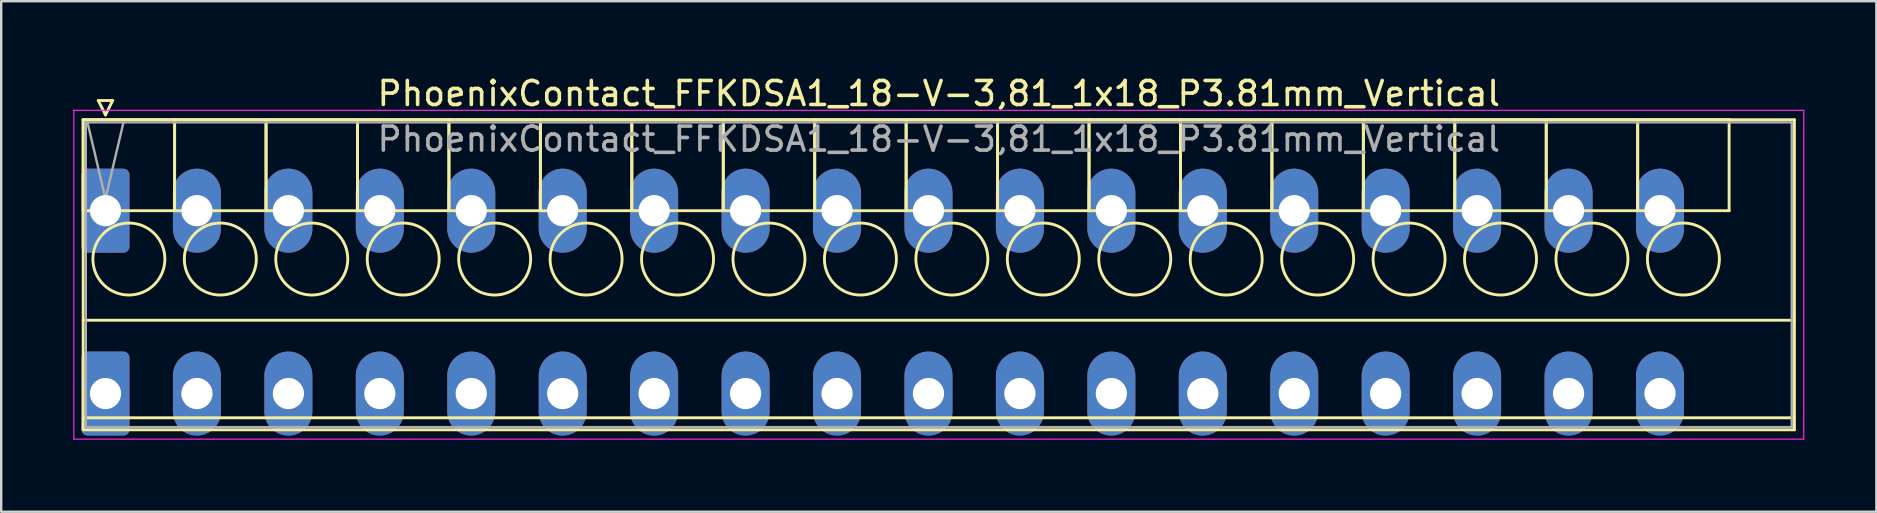
<source format=kicad_pcb>
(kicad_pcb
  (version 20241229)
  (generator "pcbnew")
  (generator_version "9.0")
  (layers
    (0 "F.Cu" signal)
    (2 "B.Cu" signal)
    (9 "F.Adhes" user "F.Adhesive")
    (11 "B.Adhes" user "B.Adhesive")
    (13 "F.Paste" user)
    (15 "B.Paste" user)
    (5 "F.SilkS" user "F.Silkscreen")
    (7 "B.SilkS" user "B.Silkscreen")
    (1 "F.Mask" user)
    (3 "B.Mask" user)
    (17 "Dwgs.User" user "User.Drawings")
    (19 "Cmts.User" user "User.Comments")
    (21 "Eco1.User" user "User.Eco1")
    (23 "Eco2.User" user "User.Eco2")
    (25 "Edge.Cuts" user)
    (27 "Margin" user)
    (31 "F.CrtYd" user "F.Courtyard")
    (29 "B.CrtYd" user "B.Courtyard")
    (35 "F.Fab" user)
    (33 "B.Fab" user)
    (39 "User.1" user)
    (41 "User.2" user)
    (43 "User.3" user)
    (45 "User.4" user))
  (footprint "PhoenixContact_FFKDSA1_18-V-3,81_1x18_P3.81mm_Vertical"
    (layer "F.Cu")
    (at 1.345 5.728)
    (property "Reference" "PhoenixContact_FFKDSA1_18-V-3,81_1x18_P3.81mm_Vertical" (at 34.72 -4.88 0) (layer "F.SilkS") (effects (font (size 1 1) (thickness 0.15))))
    (attr through_hole)
    (fp_line (start -0.93 -3.79) (end -0.93 0) (stroke (width 0.12) (type solid)) (layer "F.SilkS"))
    (fp_line (start -0.93 -3.79) (end -0.93 9.13) (stroke (width 0.12) (type solid)) (layer "F.SilkS"))
    (fp_line (start -0.93 0) (end 2.88 0) (stroke (width 0.12) (type solid)) (layer "F.SilkS"))
    (fp_line (start -0.93 4.565) (end 70.37 4.565) (stroke (width 0.12) (type solid)) (layer "F.SilkS"))
    (fp_line (start -0.93 8.63) (end 70.37 8.63) (stroke (width 0.12) (type solid)) (layer "F.SilkS"))
    (fp_line (start -0.93 9.13) (end 70.37 9.13) (stroke (width 0.12) (type solid)) (layer "F.SilkS"))
    (fp_line (start -0.3 -4.59) (end 0.3 -4.59) (stroke (width 0.12) (type solid)) (layer "F.SilkS"))
    (fp_line (start 0 -3.99) (end -0.3 -4.59) (stroke (width 0.12) (type solid)) (layer "F.SilkS"))
    (fp_line (start 0.3 -4.59) (end 0 -3.99) (stroke (width 0.12) (type solid)) (layer "F.SilkS"))
    (fp_line (start 2.88 -3.79) (end -0.93 -3.79) (stroke (width 0.12) (type solid)) (layer "F.SilkS"))
    (fp_line (start 2.88 -3.79) (end 2.88 0) (stroke (width 0.12) (type solid)) (layer "F.SilkS"))
    (fp_line (start 2.88 0) (end 2.88 -3.79) (stroke (width 0.12) (type solid)) (layer "F.SilkS"))
    (fp_line (start 2.88 0) (end 6.69 0) (stroke (width 0.12) (type solid)) (layer "F.SilkS"))
    (fp_line (start 6.69 -3.79) (end 2.88 -3.79) (stroke (width 0.12) (type solid)) (layer "F.SilkS"))
    (fp_line (start 6.69 -3.79) (end 6.69 0) (stroke (width 0.12) (type solid)) (layer "F.SilkS"))
    (fp_line (start 6.69 0) (end 6.69 -3.79) (stroke (width 0.12) (type solid)) (layer "F.SilkS"))
    (fp_line (start 6.69 0) (end 10.5 0) (stroke (width 0.12) (type solid)) (layer "F.SilkS"))
    (fp_line (start 10.5 -3.79) (end 6.69 -3.79) (stroke (width 0.12) (type solid)) (layer "F.SilkS"))
    (fp_line (start 10.5 -3.79) (end 10.5 0) (stroke (width 0.12) (type solid)) (layer "F.SilkS"))
    (fp_line (start 10.5 0) (end 10.5 -3.79) (stroke (width 0.12) (type solid)) (layer "F.SilkS"))
    (fp_line (start 10.5 0) (end 14.31 0) (stroke (width 0.12) (type solid)) (layer "F.SilkS"))
    (fp_line (start 14.31 -3.79) (end 10.5 -3.79) (stroke (width 0.12) (type solid)) (layer "F.SilkS"))
    (fp_line (start 14.31 -3.79) (end 14.31 0) (stroke (width 0.12) (type solid)) (layer "F.SilkS"))
    (fp_line (start 14.31 0) (end 14.31 -3.79) (stroke (width 0.12) (type solid)) (layer "F.SilkS"))
    (fp_line (start 14.31 0) (end 18.12 0) (stroke (width 0.12) (type solid)) (layer "F.SilkS"))
    (fp_line (start 18.12 -3.79) (end 14.31 -3.79) (stroke (width 0.12) (type solid)) (layer "F.SilkS"))
    (fp_line (start 18.12 -3.79) (end 18.12 0) (stroke (width 0.12) (type solid)) (layer "F.SilkS"))
    (fp_line (start 18.12 0) (end 18.12 -3.79) (stroke (width 0.12) (type solid)) (layer "F.SilkS"))
    (fp_line (start 18.12 0) (end 21.93 0) (stroke (width 0.12) (type solid)) (layer "F.SilkS"))
    (fp_line (start 21.93 -3.79) (end 18.12 -3.79) (stroke (width 0.12) (type solid)) (layer "F.SilkS"))
    (fp_line (start 21.93 -3.79) (end 21.93 0) (stroke (width 0.12) (type solid)) (layer "F.SilkS"))
    (fp_line (start 21.93 0) (end 21.93 -3.79) (stroke (width 0.12) (type solid)) (layer "F.SilkS"))
    (fp_line (start 21.93 0) (end 25.74 0) (stroke (width 0.12) (type solid)) (layer "F.SilkS"))
    (fp_line (start 25.74 -3.79) (end 21.93 -3.79) (stroke (width 0.12) (type solid)) (layer "F.SilkS"))
    (fp_line (start 25.74 -3.79) (end 25.74 0) (stroke (width 0.12) (type solid)) (layer "F.SilkS"))
    (fp_line (start 25.74 0) (end 25.74 -3.79) (stroke (width 0.12) (type solid)) (layer "F.SilkS"))
    (fp_line (start 25.74 0) (end 29.55 0) (stroke (width 0.12) (type solid)) (layer "F.SilkS"))
    (fp_line (start 29.55 -3.79) (end 25.74 -3.79) (stroke (width 0.12) (type solid)) (layer "F.SilkS"))
    (fp_line (start 29.55 -3.79) (end 29.55 0) (stroke (width 0.12) (type solid)) (layer "F.SilkS"))
    (fp_line (start 29.55 0) (end 29.55 -3.79) (stroke (width 0.12) (type solid)) (layer "F.SilkS"))
    (fp_line (start 29.55 0) (end 33.36 0) (stroke (width 0.12) (type solid)) (layer "F.SilkS"))
    (fp_line (start 33.36 -3.79) (end 29.55 -3.79) (stroke (width 0.12) (type solid)) (layer "F.SilkS"))
    (fp_line (start 33.36 -3.79) (end 33.36 0) (stroke (width 0.12) (type solid)) (layer "F.SilkS"))
    (fp_line (start 33.36 0) (end 33.36 -3.79) (stroke (width 0.12) (type solid)) (layer "F.SilkS"))
    (fp_line (start 33.36 0) (end 37.17 0) (stroke (width 0.12) (type solid)) (layer "F.SilkS"))
    (fp_line (start 37.17 -3.79) (end 33.36 -3.79) (stroke (width 0.12) (type solid)) (layer "F.SilkS"))
    (fp_line (start 37.17 -3.79) (end 37.17 0) (stroke (width 0.12) (type solid)) (layer "F.SilkS"))
    (fp_line (start 37.17 0) (end 37.17 -3.79) (stroke (width 0.12) (type solid)) (layer "F.SilkS"))
    (fp_line (start 37.17 0) (end 40.98 0) (stroke (width 0.12) (type solid)) (layer "F.SilkS"))
    (fp_line (start 40.98 -3.79) (end 37.17 -3.79) (stroke (width 0.12) (type solid)) (layer "F.SilkS"))
    (fp_line (start 40.98 -3.79) (end 40.98 0) (stroke (width 0.12) (type solid)) (layer "F.SilkS"))
    (fp_line (start 40.98 0) (end 40.98 -3.79) (stroke (width 0.12) (type solid)) (layer "F.SilkS"))
    (fp_line (start 40.98 0) (end 44.79 0) (stroke (width 0.12) (type solid)) (layer "F.SilkS"))
    (fp_line (start 44.79 -3.79) (end 40.98 -3.79) (stroke (width 0.12) (type solid)) (layer "F.SilkS"))
    (fp_line (start 44.79 -3.79) (end 44.79 0) (stroke (width 0.12) (type solid)) (layer "F.SilkS"))
    (fp_line (start 44.79 0) (end 44.79 -3.79) (stroke (width 0.12) (type solid)) (layer "F.SilkS"))
    (fp_line (start 44.79 0) (end 48.6 0) (stroke (width 0.12) (type solid)) (layer "F.SilkS"))
    (fp_line (start 48.6 -3.79) (end 44.79 -3.79) (stroke (width 0.12) (type solid)) (layer "F.SilkS"))
    (fp_line (start 48.6 -3.79) (end 48.6 0) (stroke (width 0.12) (type solid)) (layer "F.SilkS"))
    (fp_line (start 48.6 0) (end 48.6 -3.79) (stroke (width 0.12) (type solid)) (layer "F.SilkS"))
    (fp_line (start 48.6 0) (end 52.41 0) (stroke (width 0.12) (type solid)) (layer "F.SilkS"))
    (fp_line (start 52.41 -3.79) (end 48.6 -3.79) (stroke (width 0.12) (type solid)) (layer "F.SilkS"))
    (fp_line (start 52.41 -3.79) (end 52.41 0) (stroke (width 0.12) (type solid)) (layer "F.SilkS"))
    (fp_line (start 52.41 0) (end 52.41 -3.79) (stroke (width 0.12) (type solid)) (layer "F.SilkS"))
    (fp_line (start 52.41 0) (end 56.22 0) (stroke (width 0.12) (type solid)) (layer "F.SilkS"))
    (fp_line (start 56.22 -3.79) (end 52.41 -3.79) (stroke (width 0.12) (type solid)) (layer "F.SilkS"))
    (fp_line (start 56.22 -3.79) (end 56.22 0) (stroke (width 0.12) (type solid)) (layer "F.SilkS"))
    (fp_line (start 56.22 0) (end 56.22 -3.79) (stroke (width 0.12) (type solid)) (layer "F.SilkS"))
    (fp_line (start 56.22 0) (end 60.03 0) (stroke (width 0.12) (type solid)) (layer "F.SilkS"))
    (fp_line (start 60.03 -3.79) (end 56.22 -3.79) (stroke (width 0.12) (type solid)) (layer "F.SilkS"))
    (fp_line (start 60.03 -3.79) (end 60.03 0) (stroke (width 0.12) (type solid)) (layer "F.SilkS"))
    (fp_line (start 60.03 0) (end 60.03 -3.79) (stroke (width 0.12) (type solid)) (layer "F.SilkS"))
    (fp_line (start 60.03 0) (end 63.84 0) (stroke (width 0.12) (type solid)) (layer "F.SilkS"))
    (fp_line (start 63.84 -3.79) (end 60.03 -3.79) (stroke (width 0.12) (type solid)) (layer "F.SilkS"))
    (fp_line (start 63.84 -3.79) (end 63.84 0) (stroke (width 0.12) (type solid)) (layer "F.SilkS"))
    (fp_line (start 63.84 0) (end 63.84 -3.79) (stroke (width 0.12) (type solid)) (layer "F.SilkS"))
    (fp_line (start 63.84 0) (end 67.65 0) (stroke (width 0.12) (type solid)) (layer "F.SilkS"))
    (fp_line (start 67.65 -3.79) (end 63.84 -3.79) (stroke (width 0.12) (type solid)) (layer "F.SilkS"))
    (fp_line (start 67.65 0) (end 67.65 -3.79) (stroke (width 0.12) (type solid)) (layer "F.SilkS"))
    (fp_line (start 70.37 -3.79) (end -0.93 -3.79) (stroke (width 0.12) (type solid)) (layer "F.SilkS"))
    (fp_line (start 70.37 9.13) (end 70.37 -3.79) (stroke (width 0.12) (type solid)) (layer "F.SilkS"))
    (fp_circle (center 0.975 2.015) (end 2.475 2.015) (stroke (width 0.12) (type solid)) (fill no) (layer "F.SilkS"))
    (fp_circle (center 4.785 2.015) (end 6.285 2.015) (stroke (width 0.12) (type solid)) (fill no) (layer "F.SilkS"))
    (fp_circle (center 8.595 2.015) (end 10.095 2.015) (stroke (width 0.12) (type solid)) (fill no) (layer "F.SilkS"))
    (fp_circle (center 12.405 2.015) (end 13.905 2.015) (stroke (width 0.12) (type solid)) (fill no) (layer "F.SilkS"))
    (fp_circle (center 16.215 2.015) (end 17.715 2.015) (stroke (width 0.12) (type solid)) (fill no) (layer "F.SilkS"))
    (fp_circle (center 20.025 2.015) (end 21.525 2.015) (stroke (width 0.12) (type solid)) (fill no) (layer "F.SilkS"))
    (fp_circle (center 23.835 2.015) (end 25.335 2.015) (stroke (width 0.12) (type solid)) (fill no) (layer "F.SilkS"))
    (fp_circle (center 27.645 2.015) (end 29.145 2.015) (stroke (width 0.12) (type solid)) (fill no) (layer "F.SilkS"))
    (fp_circle (center 31.455 2.015) (end 32.955 2.015) (stroke (width 0.12) (type solid)) (fill no) (layer "F.SilkS"))
    (fp_circle (center 35.265 2.015) (end 36.765 2.015) (stroke (width 0.12) (type solid)) (fill no) (layer "F.SilkS"))
    (fp_circle (center 39.075 2.015) (end 40.575 2.015) (stroke (width 0.12) (type solid)) (fill no) (layer "F.SilkS"))
    (fp_circle (center 42.885 2.015) (end 44.385 2.015) (stroke (width 0.12) (type solid)) (fill no) (layer "F.SilkS"))
    (fp_circle (center 46.695 2.015) (end 48.195 2.015) (stroke (width 0.12) (type solid)) (fill no) (layer "F.SilkS"))
    (fp_circle (center 50.505 2.015) (end 52.005 2.015) (stroke (width 0.12) (type solid)) (fill no) (layer "F.SilkS"))
    (fp_circle (center 54.315 2.015) (end 55.815 2.015) (stroke (width 0.12) (type solid)) (fill no) (layer "F.SilkS"))
    (fp_circle (center 58.125 2.015) (end 59.625 2.015) (stroke (width 0.12) (type solid)) (fill no) (layer "F.SilkS"))
    (fp_circle (center 61.935 2.015) (end 63.435 2.015) (stroke (width 0.12) (type solid)) (fill no) (layer "F.SilkS"))
    (fp_circle (center 65.745 2.015) (end 67.245 2.015) (stroke (width 0.12) (type solid)) (fill no) (layer "F.SilkS"))
    (fp_line (start -1.32 -4.18) (end -1.32 9.52) (stroke (width 0.05) (type solid)) (layer "F.CrtYd"))
    (fp_line (start -1.32 9.52) (end 70.76 9.52) (stroke (width 0.05) (type solid)) (layer "F.CrtYd"))
    (fp_line (start 70.76 -4.18) (end -1.32 -4.18) (stroke (width 0.05) (type solid)) (layer "F.CrtYd"))
    (fp_line (start 70.76 9.52) (end 70.76 -4.18) (stroke (width 0.05) (type solid)) (layer "F.CrtYd"))
    (fp_line (start -0.82 -3.68) (end -0.82 9.02) (stroke (width 0.1) (type solid)) (layer "F.Fab"))
    (fp_line (start -0.82 9.02) (end 70.26 9.02) (stroke (width 0.1) (type solid)) (layer "F.Fab"))
    (fp_line (start 0 -0.5) (end -0.75 -3.68) (stroke (width 0.1) (type solid)) (layer "F.Fab"))
    (fp_line (start 0.75 -3.68) (end 0 -0.5) (stroke (width 0.1) (type solid)) (layer "F.Fab"))
    (fp_line (start 70.26 -3.68) (end -0.82 -3.68) (stroke (width 0.1) (type solid)) (layer "F.Fab"))
    (fp_line (start 70.26 9.02) (end 70.26 -3.68) (stroke (width 0.1) (type solid)) (layer "F.Fab"))
    (fp_text user "${REFERENCE}" (at 34.72 -2.98 0) (layer "F.Fab") (effects (font (size 1 1) (thickness 0.15))))
    (pad "1" thru_hole roundrect (at 0 0) (size 2 3.5) (drill 1.3) (layers "*.Cu" "*.Mask") (roundrect_rratio 0.125))
    (pad "1" thru_hole roundrect (at 0 7.62) (size 2 3.5) (drill 1.3) (layers "*.Cu" "*.Mask") (roundrect_rratio 0.125))
    (pad "2" thru_hole oval (at 3.81 0) (size 2 3.5) (drill 1.3) (layers "*.Cu" "*.Mask"))
    (pad "2" thru_hole oval (at 3.81 7.62) (size 2 3.5) (drill 1.3) (layers "*.Cu" "*.Mask"))
    (pad "3" thru_hole oval (at 7.62 0) (size 2 3.5) (drill 1.3) (layers "*.Cu" "*.Mask"))
    (pad "3" thru_hole oval (at 7.62 7.62) (size 2 3.5) (drill 1.3) (layers "*.Cu" "*.Mask"))
    (pad "4" thru_hole oval (at 11.43 0) (size 2 3.5) (drill 1.3) (layers "*.Cu" "*.Mask"))
    (pad "4" thru_hole oval (at 11.43 7.62) (size 2 3.5) (drill 1.3) (layers "*.Cu" "*.Mask"))
    (pad "5" thru_hole oval (at 15.24 0) (size 2 3.5) (drill 1.3) (layers "*.Cu" "*.Mask"))
    (pad "5" thru_hole oval (at 15.24 7.62) (size 2 3.5) (drill 1.3) (layers "*.Cu" "*.Mask"))
    (pad "6" thru_hole oval (at 19.05 0) (size 2 3.5) (drill 1.3) (layers "*.Cu" "*.Mask"))
    (pad "6" thru_hole oval (at 19.05 7.62) (size 2 3.5) (drill 1.3) (layers "*.Cu" "*.Mask"))
    (pad "7" thru_hole oval (at 22.86 0) (size 2 3.5) (drill 1.3) (layers "*.Cu" "*.Mask"))
    (pad "7" thru_hole oval (at 22.86 7.62) (size 2 3.5) (drill 1.3) (layers "*.Cu" "*.Mask"))
    (pad "8" thru_hole oval (at 26.67 0) (size 2 3.5) (drill 1.3) (layers "*.Cu" "*.Mask"))
    (pad "8" thru_hole oval (at 26.67 7.62) (size 2 3.5) (drill 1.3) (layers "*.Cu" "*.Mask"))
    (pad "9" thru_hole oval (at 30.48 0) (size 2 3.5) (drill 1.3) (layers "*.Cu" "*.Mask"))
    (pad "9" thru_hole oval (at 30.48 7.62) (size 2 3.5) (drill 1.3) (layers "*.Cu" "*.Mask"))
    (pad "10" thru_hole oval (at 34.29 0) (size 2 3.5) (drill 1.3) (layers "*.Cu" "*.Mask"))
    (pad "10" thru_hole oval (at 34.29 7.62) (size 2 3.5) (drill 1.3) (layers "*.Cu" "*.Mask"))
    (pad "11" thru_hole oval (at 38.1 0) (size 2 3.5) (drill 1.3) (layers "*.Cu" "*.Mask"))
    (pad "11" thru_hole oval (at 38.1 7.62) (size 2 3.5) (drill 1.3) (layers "*.Cu" "*.Mask"))
    (pad "12" thru_hole oval (at 41.91 0) (size 2 3.5) (drill 1.3) (layers "*.Cu" "*.Mask"))
    (pad "12" thru_hole oval (at 41.91 7.62) (size 2 3.5) (drill 1.3) (layers "*.Cu" "*.Mask"))
    (pad "13" thru_hole oval (at 45.72 0) (size 2 3.5) (drill 1.3) (layers "*.Cu" "*.Mask"))
    (pad "13" thru_hole oval (at 45.72 7.62) (size 2 3.5) (drill 1.3) (layers "*.Cu" "*.Mask"))
    (pad "14" thru_hole oval (at 49.53 0) (size 2 3.5) (drill 1.3) (layers "*.Cu" "*.Mask"))
    (pad "14" thru_hole oval (at 49.53 7.62) (size 2 3.5) (drill 1.3) (layers "*.Cu" "*.Mask"))
    (pad "15" thru_hole oval (at 53.34 0) (size 2 3.5) (drill 1.3) (layers "*.Cu" "*.Mask"))
    (pad "15" thru_hole oval (at 53.34 7.62) (size 2 3.5) (drill 1.3) (layers "*.Cu" "*.Mask"))
    (pad "16" thru_hole oval (at 57.15 0) (size 2 3.5) (drill 1.3) (layers "*.Cu" "*.Mask"))
    (pad "16" thru_hole oval (at 57.15 7.62) (size 2 3.5) (drill 1.3) (layers "*.Cu" "*.Mask"))
    (pad "17" thru_hole oval (at 60.96 0) (size 2 3.5) (drill 1.3) (layers "*.Cu" "*.Mask"))
    (pad "17" thru_hole oval (at 60.96 7.62) (size 2 3.5) (drill 1.3) (layers "*.Cu" "*.Mask"))
    (pad "18" thru_hole oval (at 64.77 0) (size 2 3.5) (drill 1.3) (layers "*.Cu" "*.Mask"))
    (pad "18" thru_hole oval (at 64.77 7.62) (size 2 3.5) (drill 1.3) (layers "*.Cu" "*.Mask")))
  (gr_rect
    (start -3 -3)
    (end 75.13 18.273)
    (stroke (width 0.1) (type default))
    (fill no)
    (layer "Edge.Cuts")))
</source>
